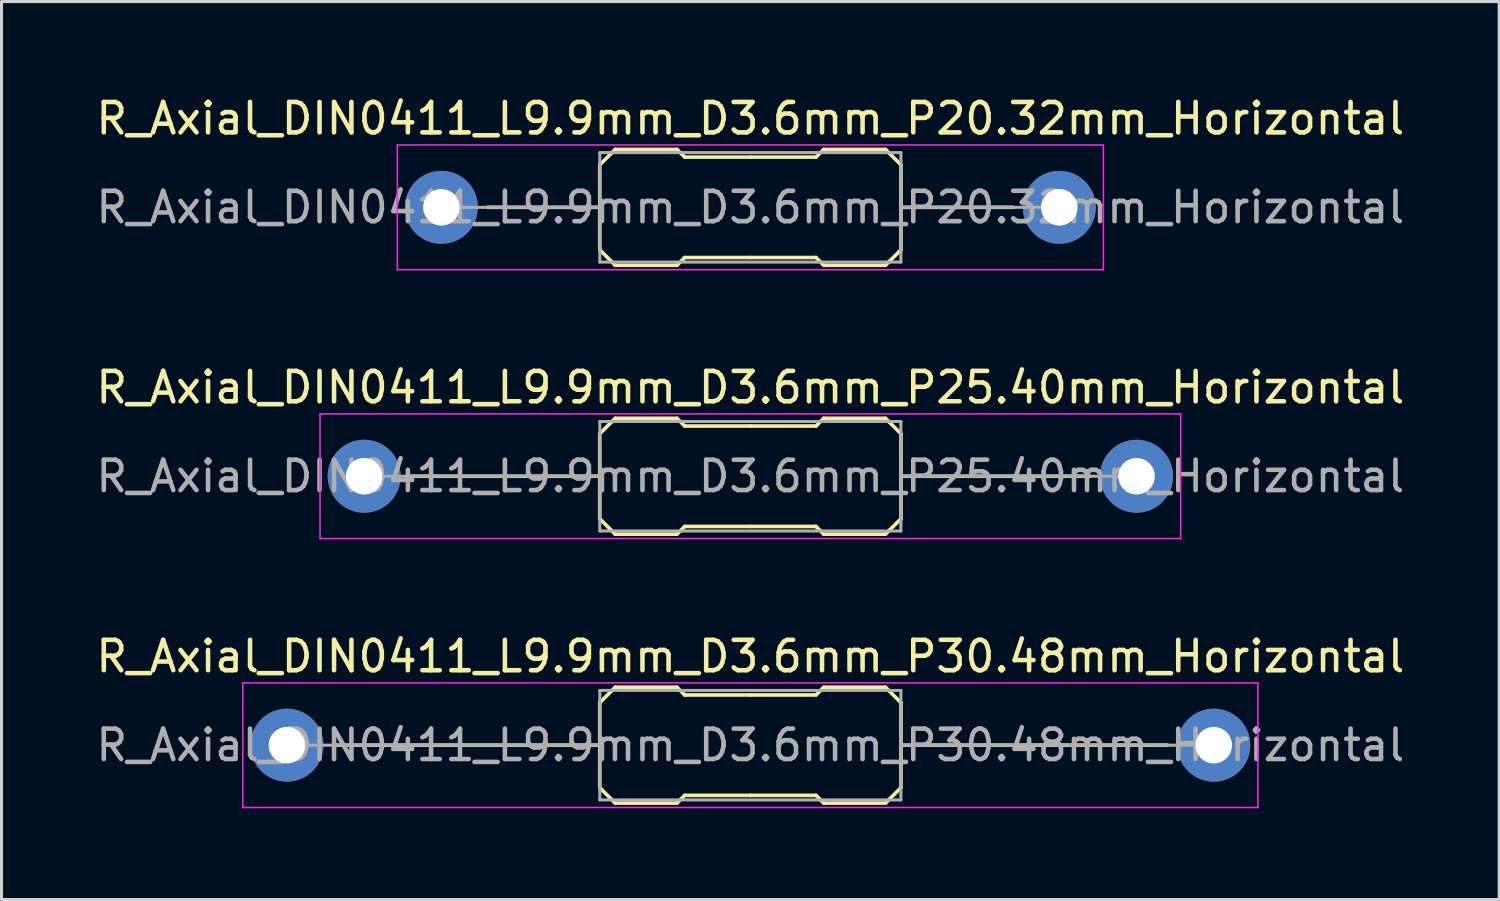
<source format=kicad_pcb>
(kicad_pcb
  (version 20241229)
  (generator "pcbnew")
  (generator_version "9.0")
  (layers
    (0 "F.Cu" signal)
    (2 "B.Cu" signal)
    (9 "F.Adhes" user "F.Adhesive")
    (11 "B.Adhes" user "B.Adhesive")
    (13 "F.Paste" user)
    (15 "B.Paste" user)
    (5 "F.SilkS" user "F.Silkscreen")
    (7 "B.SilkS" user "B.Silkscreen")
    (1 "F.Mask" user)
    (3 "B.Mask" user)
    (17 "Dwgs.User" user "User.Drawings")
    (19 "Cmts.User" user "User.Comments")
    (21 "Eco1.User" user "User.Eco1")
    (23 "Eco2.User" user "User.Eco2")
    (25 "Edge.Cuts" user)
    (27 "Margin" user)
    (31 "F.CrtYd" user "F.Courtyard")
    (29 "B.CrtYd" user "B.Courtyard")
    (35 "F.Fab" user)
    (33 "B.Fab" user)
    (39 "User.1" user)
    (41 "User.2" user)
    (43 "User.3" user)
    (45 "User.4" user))
  (footprint "R_Axial_DIN0411_L9.9mm_D3.6mm_P20.32mm_Horizontal"
    (layer "F.Cu")
    (at 11.465 3.768)
    (property "Reference" "R_Axial_DIN0411_L9.9mm_D3.6mm_P20.32mm_Horizontal" (at 10.16 -2.92 0) (layer "F.SilkS") (effects (font (size 1 1) (thickness 0.15))))
    (attr through_hole)
    (fp_line (start 5.207 -1.397) (end 5.588 -1.778) (stroke (width 0.12) (type solid)) (layer "F.SilkS"))
    (fp_line (start 5.207 0) (end 1.524 0) (stroke (width 0.12) (type solid)) (layer "F.SilkS"))
    (fp_line (start 5.207 1.397) (end 5.207 -1.397) (stroke (width 0.12) (type solid)) (layer "F.SilkS"))
    (fp_line (start 5.207 1.397) (end 5.588 1.778) (stroke (width 0.12) (type solid)) (layer "F.SilkS"))
    (fp_line (start 5.588 -1.778) (end 5.715 -1.905) (stroke (width 0.12) (type solid)) (layer "F.SilkS"))
    (fp_line (start 5.588 1.778) (end 5.715 1.905) (stroke (width 0.12) (type solid)) (layer "F.SilkS"))
    (fp_line (start 5.715 -1.905) (end 7.747 -1.905) (stroke (width 0.12) (type solid)) (layer "F.SilkS"))
    (fp_line (start 5.715 1.905) (end 7.747 1.905) (stroke (width 0.12) (type solid)) (layer "F.SilkS"))
    (fp_line (start 7.747 -1.905) (end 8.001 -1.651) (stroke (width 0.12) (type solid)) (layer "F.SilkS"))
    (fp_line (start 7.747 1.905) (end 8.001 1.651) (stroke (width 0.12) (type solid)) (layer "F.SilkS"))
    (fp_line (start 8.001 -1.651) (end 10.16 -1.651) (stroke (width 0.12) (type solid)) (layer "F.SilkS"))
    (fp_line (start 8.001 1.651) (end 10.16 1.651) (stroke (width 0.12) (type solid)) (layer "F.SilkS"))
    (fp_line (start 12.319 -1.651) (end 10.16 -1.651) (stroke (width 0.12) (type solid)) (layer "F.SilkS"))
    (fp_line (start 12.319 1.651) (end 10.16 1.651) (stroke (width 0.12) (type solid)) (layer "F.SilkS"))
    (fp_line (start 12.573 -1.905) (end 12.319 -1.651) (stroke (width 0.12) (type solid)) (layer "F.SilkS"))
    (fp_line (start 12.573 1.905) (end 12.319 1.651) (stroke (width 0.12) (type solid)) (layer "F.SilkS"))
    (fp_line (start 14.605 -1.905) (end 12.573 -1.905) (stroke (width 0.12) (type solid)) (layer "F.SilkS"))
    (fp_line (start 14.605 1.905) (end 12.573 1.905) (stroke (width 0.12) (type solid)) (layer "F.SilkS"))
    (fp_line (start 14.732 -1.778) (end 14.605 -1.905) (stroke (width 0.12) (type solid)) (layer "F.SilkS"))
    (fp_line (start 14.732 1.778) (end 14.605 1.905) (stroke (width 0.12) (type solid)) (layer "F.SilkS"))
    (fp_line (start 15.113 -1.397) (end 14.732 -1.778) (stroke (width 0.12) (type solid)) (layer "F.SilkS"))
    (fp_line (start 15.113 0) (end 18.796 0) (stroke (width 0.12) (type solid)) (layer "F.SilkS"))
    (fp_line (start 15.113 1.397) (end 14.732 1.778) (stroke (width 0.12) (type solid)) (layer "F.SilkS"))
    (fp_line (start 15.113 1.397) (end 15.113 -1.397) (stroke (width 0.12) (type solid)) (layer "F.SilkS"))
    (fp_line (start -1.45 -2.05) (end -1.45 2.05) (stroke (width 0.05) (type solid)) (layer "F.CrtYd"))
    (fp_line (start -1.45 2.05) (end 21.77 2.05) (stroke (width 0.05) (type solid)) (layer "F.CrtYd"))
    (fp_line (start 21.77 -2.05) (end -1.45 -2.05) (stroke (width 0.05) (type solid)) (layer "F.CrtYd"))
    (fp_line (start 21.77 2.05) (end 21.77 -2.05) (stroke (width 0.05) (type solid)) (layer "F.CrtYd"))
    (fp_line (start 0 0) (end 5.21 0) (stroke (width 0.1) (type solid)) (layer "F.Fab"))
    (fp_line (start 5.21 -1.8) (end 5.21 1.8) (stroke (width 0.1) (type solid)) (layer "F.Fab"))
    (fp_line (start 5.21 1.8) (end 15.11 1.8) (stroke (width 0.1) (type solid)) (layer "F.Fab"))
    (fp_line (start 15.11 -1.8) (end 5.21 -1.8) (stroke (width 0.1) (type solid)) (layer "F.Fab"))
    (fp_line (start 15.11 1.8) (end 15.11 -1.8) (stroke (width 0.1) (type solid)) (layer "F.Fab"))
    (fp_line (start 20.32 0) (end 15.11 0) (stroke (width 0.1) (type solid)) (layer "F.Fab"))
    (fp_text user "${REFERENCE}" (at 10.16 0 0) (layer "F.Fab") (effects (font (size 1 1) (thickness 0.15))))
    (pad "1" thru_hole circle (at 0 0) (size 2.4 2.4) (drill 1.2) (layers "*.Cu" "*.Mask"))
    (pad "2" thru_hole oval (at 20.32 0) (size 2.4 2.4) (drill 1.2) (layers "*.Cu" "*.Mask")))
  (footprint "R_Axial_DIN0411_L9.9mm_D3.6mm_P30.48mm_Horizontal"
    (layer "F.Cu")
    (at 6.385 21.455)
    (property "Reference" "R_Axial_DIN0411_L9.9mm_D3.6mm_P30.48mm_Horizontal" (at 15.24 -2.92 0) (layer "F.SilkS") (effects (font (size 1 1) (thickness 0.15))))
    (attr through_hole)
    (fp_line (start 10.287 -1.397) (end 10.668 -1.778) (stroke (width 0.12) (type solid)) (layer "F.SilkS"))
    (fp_line (start 10.287 0) (end 1.524 0) (stroke (width 0.12) (type solid)) (layer "F.SilkS"))
    (fp_line (start 10.287 1.397) (end 10.287 -1.397) (stroke (width 0.12) (type solid)) (layer "F.SilkS"))
    (fp_line (start 10.287 1.397) (end 10.668 1.778) (stroke (width 0.12) (type solid)) (layer "F.SilkS"))
    (fp_line (start 10.668 -1.778) (end 10.795 -1.905) (stroke (width 0.12) (type solid)) (layer "F.SilkS"))
    (fp_line (start 10.668 1.778) (end 10.795 1.905) (stroke (width 0.12) (type solid)) (layer "F.SilkS"))
    (fp_line (start 10.795 -1.905) (end 12.827 -1.905) (stroke (width 0.12) (type solid)) (layer "F.SilkS"))
    (fp_line (start 10.795 1.905) (end 12.827 1.905) (stroke (width 0.12) (type solid)) (layer "F.SilkS"))
    (fp_line (start 12.827 -1.905) (end 13.081 -1.651) (stroke (width 0.12) (type solid)) (layer "F.SilkS"))
    (fp_line (start 12.827 1.905) (end 13.081 1.651) (stroke (width 0.12) (type solid)) (layer "F.SilkS"))
    (fp_line (start 13.081 -1.651) (end 15.24 -1.651) (stroke (width 0.12) (type solid)) (layer "F.SilkS"))
    (fp_line (start 13.081 1.651) (end 15.24 1.651) (stroke (width 0.12) (type solid)) (layer "F.SilkS"))
    (fp_line (start 17.399 -1.651) (end 15.24 -1.651) (stroke (width 0.12) (type solid)) (layer "F.SilkS"))
    (fp_line (start 17.399 1.651) (end 15.24 1.651) (stroke (width 0.12) (type solid)) (layer "F.SilkS"))
    (fp_line (start 17.653 -1.905) (end 17.399 -1.651) (stroke (width 0.12) (type solid)) (layer "F.SilkS"))
    (fp_line (start 17.653 1.905) (end 17.399 1.651) (stroke (width 0.12) (type solid)) (layer "F.SilkS"))
    (fp_line (start 19.685 -1.905) (end 17.653 -1.905) (stroke (width 0.12) (type solid)) (layer "F.SilkS"))
    (fp_line (start 19.685 1.905) (end 17.653 1.905) (stroke (width 0.12) (type solid)) (layer "F.SilkS"))
    (fp_line (start 19.812 -1.778) (end 19.685 -1.905) (stroke (width 0.12) (type solid)) (layer "F.SilkS"))
    (fp_line (start 19.812 1.778) (end 19.685 1.905) (stroke (width 0.12) (type solid)) (layer "F.SilkS"))
    (fp_line (start 20.193 -1.397) (end 19.812 -1.778) (stroke (width 0.12) (type solid)) (layer "F.SilkS"))
    (fp_line (start 20.193 0) (end 28.956 0) (stroke (width 0.12) (type solid)) (layer "F.SilkS"))
    (fp_line (start 20.193 1.397) (end 19.812 1.778) (stroke (width 0.12) (type solid)) (layer "F.SilkS"))
    (fp_line (start 20.193 1.397) (end 20.193 -1.397) (stroke (width 0.12) (type solid)) (layer "F.SilkS"))
    (fp_line (start -1.45 -2.05) (end -1.45 2.05) (stroke (width 0.05) (type solid)) (layer "F.CrtYd"))
    (fp_line (start -1.45 2.05) (end 31.93 2.05) (stroke (width 0.05) (type solid)) (layer "F.CrtYd"))
    (fp_line (start 31.93 -2.05) (end -1.45 -2.05) (stroke (width 0.05) (type solid)) (layer "F.CrtYd"))
    (fp_line (start 31.93 2.05) (end 31.93 -2.05) (stroke (width 0.05) (type solid)) (layer "F.CrtYd"))
    (fp_line (start 0 0) (end 10.29 0) (stroke (width 0.1) (type solid)) (layer "F.Fab"))
    (fp_line (start 10.29 -1.8) (end 10.29 1.8) (stroke (width 0.1) (type solid)) (layer "F.Fab"))
    (fp_line (start 10.29 1.8) (end 20.19 1.8) (stroke (width 0.1) (type solid)) (layer "F.Fab"))
    (fp_line (start 20.19 -1.8) (end 10.29 -1.8) (stroke (width 0.1) (type solid)) (layer "F.Fab"))
    (fp_line (start 20.19 1.8) (end 20.19 -1.8) (stroke (width 0.1) (type solid)) (layer "F.Fab"))
    (fp_line (start 30.48 0) (end 20.19 0) (stroke (width 0.1) (type solid)) (layer "F.Fab"))
    (fp_text user "${REFERENCE}" (at 15.24 0 0) (layer "F.Fab") (effects (font (size 1 1) (thickness 0.15))))
    (pad "1" thru_hole circle (at 0 0) (size 2.4 2.4) (drill 1.2) (layers "*.Cu" "*.Mask"))
    (pad "2" thru_hole oval (at 30.48 0) (size 2.4 2.4) (drill 1.2) (layers "*.Cu" "*.Mask")))
  (footprint "R_Axial_DIN0411_L9.9mm_D3.6mm_P25.40mm_Horizontal"
    (layer "F.Cu")
    (at 8.925 12.611)
    (property "Reference" "R_Axial_DIN0411_L9.9mm_D3.6mm_P25.40mm_Horizontal" (at 12.7 -2.92 0) (layer "F.SilkS") (effects (font (size 1 1) (thickness 0.15))))
    (attr through_hole)
    (fp_line (start 7.747 -1.397) (end 8.128 -1.778) (stroke (width 0.12) (type solid)) (layer "F.SilkS"))
    (fp_line (start 7.747 0) (end 1.524 0) (stroke (width 0.12) (type solid)) (layer "F.SilkS"))
    (fp_line (start 7.747 1.397) (end 7.747 -1.397) (stroke (width 0.12) (type solid)) (layer "F.SilkS"))
    (fp_line (start 7.747 1.397) (end 8.128 1.778) (stroke (width 0.12) (type solid)) (layer "F.SilkS"))
    (fp_line (start 8.128 -1.778) (end 8.255 -1.905) (stroke (width 0.12) (type solid)) (layer "F.SilkS"))
    (fp_line (start 8.128 1.778) (end 8.255 1.905) (stroke (width 0.12) (type solid)) (layer "F.SilkS"))
    (fp_line (start 8.255 -1.905) (end 10.287 -1.905) (stroke (width 0.12) (type solid)) (layer "F.SilkS"))
    (fp_line (start 8.255 1.905) (end 10.287 1.905) (stroke (width 0.12) (type solid)) (layer "F.SilkS"))
    (fp_line (start 10.287 -1.905) (end 10.541 -1.651) (stroke (width 0.12) (type solid)) (layer "F.SilkS"))
    (fp_line (start 10.287 1.905) (end 10.541 1.651) (stroke (width 0.12) (type solid)) (layer "F.SilkS"))
    (fp_line (start 10.541 -1.651) (end 12.7 -1.651) (stroke (width 0.12) (type solid)) (layer "F.SilkS"))
    (fp_line (start 10.541 1.651) (end 12.7 1.651) (stroke (width 0.12) (type solid)) (layer "F.SilkS"))
    (fp_line (start 14.859 -1.651) (end 12.7 -1.651) (stroke (width 0.12) (type solid)) (layer "F.SilkS"))
    (fp_line (start 14.859 1.651) (end 12.7 1.651) (stroke (width 0.12) (type solid)) (layer "F.SilkS"))
    (fp_line (start 15.113 -1.905) (end 14.859 -1.651) (stroke (width 0.12) (type solid)) (layer "F.SilkS"))
    (fp_line (start 15.113 1.905) (end 14.859 1.651) (stroke (width 0.12) (type solid)) (layer "F.SilkS"))
    (fp_line (start 17.145 -1.905) (end 15.113 -1.905) (stroke (width 0.12) (type solid)) (layer "F.SilkS"))
    (fp_line (start 17.145 1.905) (end 15.113 1.905) (stroke (width 0.12) (type solid)) (layer "F.SilkS"))
    (fp_line (start 17.272 -1.778) (end 17.145 -1.905) (stroke (width 0.12) (type solid)) (layer "F.SilkS"))
    (fp_line (start 17.272 1.778) (end 17.145 1.905) (stroke (width 0.12) (type solid)) (layer "F.SilkS"))
    (fp_line (start 17.653 -1.397) (end 17.272 -1.778) (stroke (width 0.12) (type solid)) (layer "F.SilkS"))
    (fp_line (start 17.653 0) (end 23.876 0) (stroke (width 0.12) (type solid)) (layer "F.SilkS"))
    (fp_line (start 17.653 1.397) (end 17.272 1.778) (stroke (width 0.12) (type solid)) (layer "F.SilkS"))
    (fp_line (start 17.653 1.397) (end 17.653 -1.397) (stroke (width 0.12) (type solid)) (layer "F.SilkS"))
    (fp_line (start -1.45 -2.05) (end -1.45 2.05) (stroke (width 0.05) (type solid)) (layer "F.CrtYd"))
    (fp_line (start -1.45 2.05) (end 26.85 2.05) (stroke (width 0.05) (type solid)) (layer "F.CrtYd"))
    (fp_line (start 26.85 -2.05) (end -1.45 -2.05) (stroke (width 0.05) (type solid)) (layer "F.CrtYd"))
    (fp_line (start 26.85 2.05) (end 26.85 -2.05) (stroke (width 0.05) (type solid)) (layer "F.CrtYd"))
    (fp_line (start 0 0) (end 7.75 0) (stroke (width 0.1) (type solid)) (layer "F.Fab"))
    (fp_line (start 7.75 -1.8) (end 7.75 1.8) (stroke (width 0.1) (type solid)) (layer "F.Fab"))
    (fp_line (start 7.75 1.8) (end 17.65 1.8) (stroke (width 0.1) (type solid)) (layer "F.Fab"))
    (fp_line (start 17.65 -1.8) (end 7.75 -1.8) (stroke (width 0.1) (type solid)) (layer "F.Fab"))
    (fp_line (start 17.65 1.8) (end 17.65 -1.8) (stroke (width 0.1) (type solid)) (layer "F.Fab"))
    (fp_line (start 25.4 0) (end 17.65 0) (stroke (width 0.1) (type solid)) (layer "F.Fab"))
    (fp_text user "${REFERENCE}" (at 12.7 0 0) (layer "F.Fab") (effects (font (size 1 1) (thickness 0.15))))
    (pad "1" thru_hole circle (at 0 0) (size 2.4 2.4) (drill 1.2) (layers "*.Cu" "*.Mask"))
    (pad "2" thru_hole oval (at 25.4 0) (size 2.4 2.4) (drill 1.2) (layers "*.Cu" "*.Mask")))
  (gr_rect
    (start -3 -3)
    (end 46.25 26.53)
    (stroke (width 0.1) (type default))
    (fill no)
    (layer "Edge.Cuts")))
</source>
